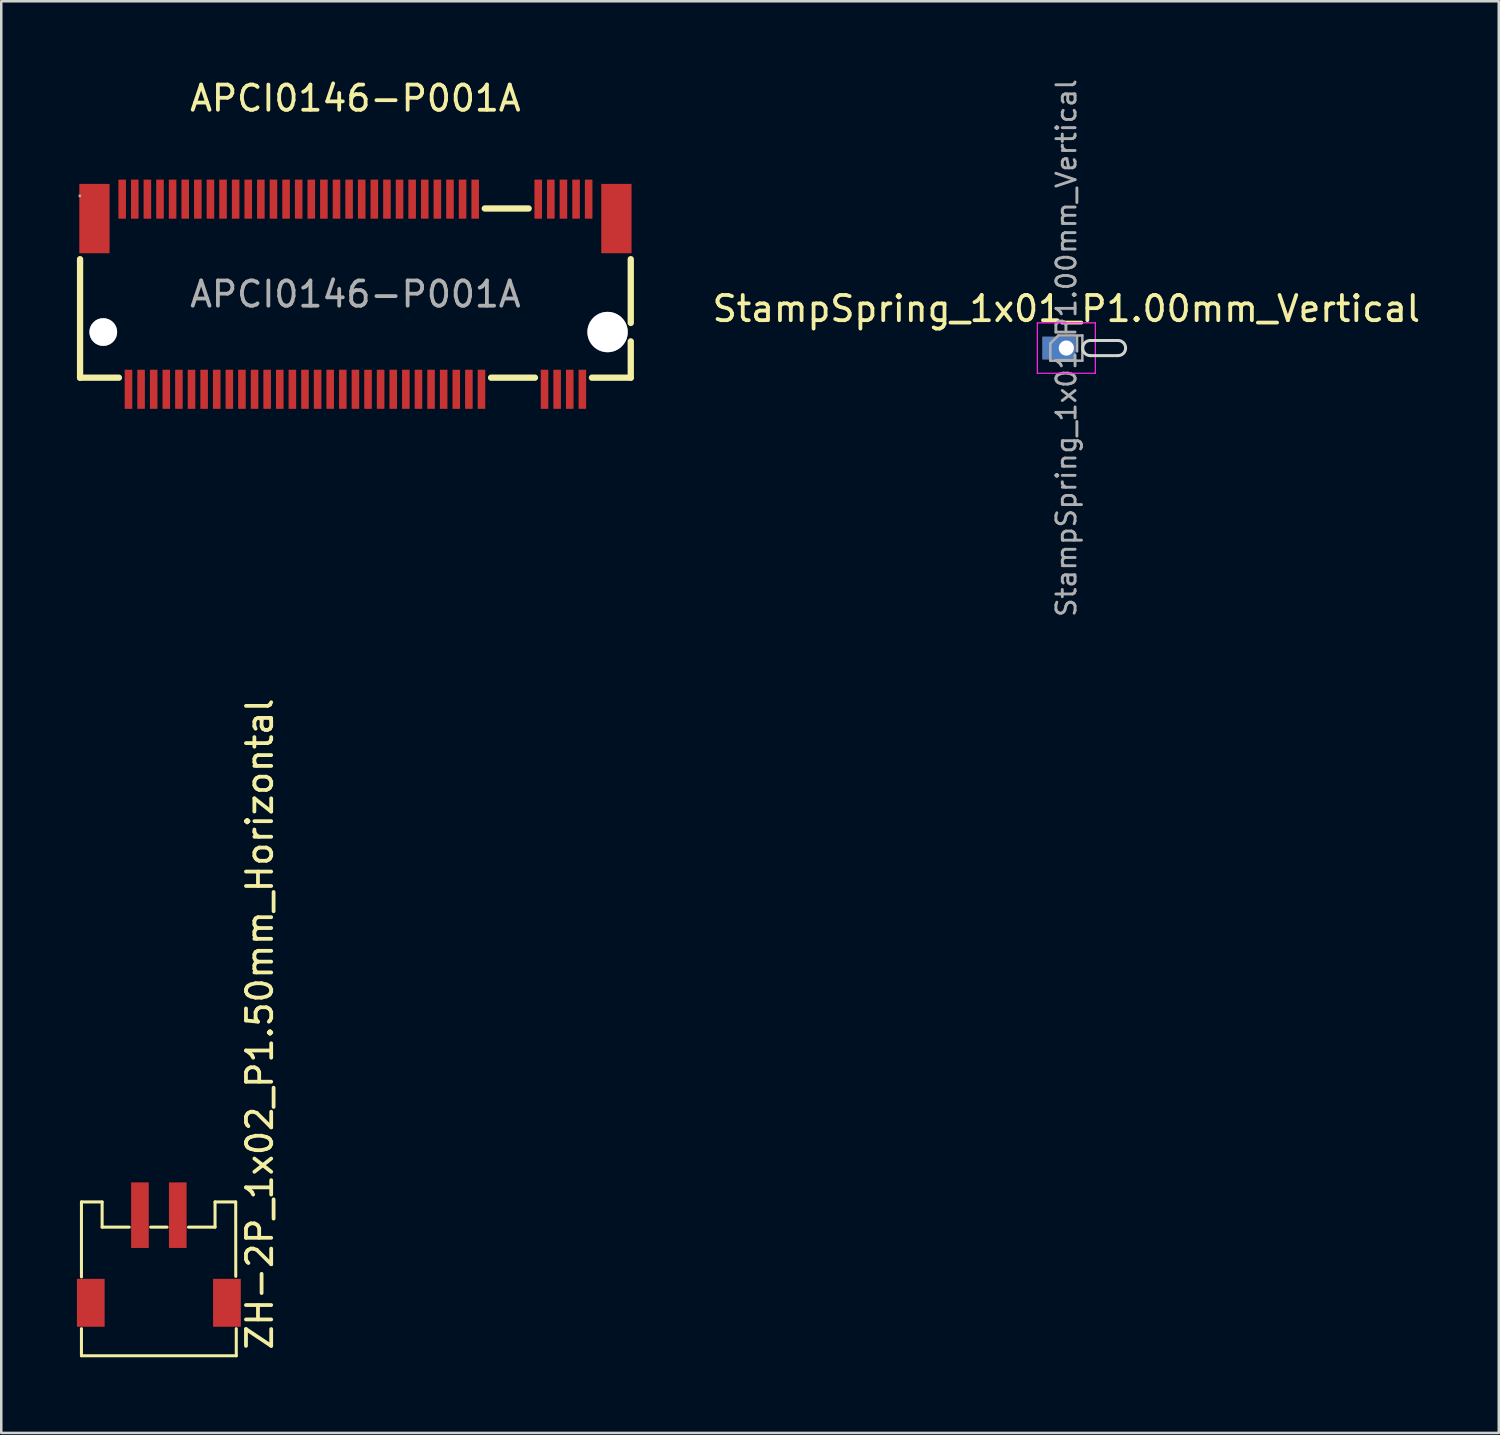
<source format=kicad_pcb>
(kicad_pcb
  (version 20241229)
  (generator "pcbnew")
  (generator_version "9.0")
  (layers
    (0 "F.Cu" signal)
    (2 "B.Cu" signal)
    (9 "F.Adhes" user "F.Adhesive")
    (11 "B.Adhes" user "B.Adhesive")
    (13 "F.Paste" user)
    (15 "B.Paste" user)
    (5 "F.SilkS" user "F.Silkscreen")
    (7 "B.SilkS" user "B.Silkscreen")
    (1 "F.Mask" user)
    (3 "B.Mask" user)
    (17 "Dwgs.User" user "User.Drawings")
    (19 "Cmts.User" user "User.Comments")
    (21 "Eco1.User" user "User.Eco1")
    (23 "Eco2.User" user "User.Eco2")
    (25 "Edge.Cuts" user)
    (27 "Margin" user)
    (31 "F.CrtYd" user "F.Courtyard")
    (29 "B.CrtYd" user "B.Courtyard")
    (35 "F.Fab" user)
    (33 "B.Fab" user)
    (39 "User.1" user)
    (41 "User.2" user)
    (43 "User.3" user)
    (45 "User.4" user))
  (footprint "APCI0146-P001A"
    (layer "F.Cu")
    (at 11.045 8.618)
    (property "Reference" "APCI0146-P001A" (at 0 -7.77 0) (layer "F.SilkS") (effects (font (size 1 1) (thickness 0.15))))
    (attr smd)
    (fp_line (start -10.92 3.31) (end -10.92 -1.39) (stroke (width 0.25) (type solid)) (layer "F.SilkS"))
    (fp_line (start -9.38 3.31) (end -10.92 3.31) (stroke (width 0.25) (type solid)) (layer "F.SilkS"))
    (fp_line (start 5.13 -3.4) (end 6.87 -3.4) (stroke (width 0.25) (type solid)) (layer "F.SilkS"))
    (fp_line (start 7.12 3.31) (end 5.38 3.31) (stroke (width 0.25) (type solid)) (layer "F.SilkS"))
    (fp_line (start 10.92 -1.39) (end 10.92 1.14) (stroke (width 0.25) (type solid)) (layer "F.SilkS"))
    (fp_line (start 10.92 1.87) (end 10.92 3.31) (stroke (width 0.25) (type solid)) (layer "F.SilkS"))
    (fp_line (start 10.92 3.31) (end 9.38 3.31) (stroke (width 0.25) (type solid)) (layer "F.SilkS"))
    (fp_circle (center -10.93 -3.9) (end -10.9 -3.9) (stroke (width 0.06) (type solid)) (fill no) (layer "F.Fab"))
    (fp_text user "${REFERENCE}" (at 0 0 0) (layer "F.Fab") (effects (font (size 1 1) (thickness 0.15))))
    (pad "" thru_hole circle (at -10 1.5) (size 1.1 1.1) (drill 1.1) (layers "*.Cu" "*.Mask"))
    (pad "" thru_hole circle (at 10 1.5) (size 1.6 1.6) (drill 1.6) (layers "*.Cu" "*.Mask"))
    (pad "1" smd rect (at -9.25 -3.77) (size 0.3 1.55) (layers "F.Cu" "F.Mask" "F.Paste"))
    (pad "2" smd rect (at -9 3.77) (size 0.3 1.55) (layers "F.Cu" "F.Mask" "F.Paste"))
    (pad "3" smd rect (at -8.75 -3.77) (size 0.3 1.55) (layers "F.Cu" "F.Mask" "F.Paste"))
    (pad "4" smd rect (at -8.5 3.77) (size 0.3 1.55) (layers "F.Cu" "F.Mask" "F.Paste"))
    (pad "5" smd rect (at -8.25 -3.77) (size 0.3 1.55) (layers "F.Cu" "F.Mask" "F.Paste"))
    (pad "6" smd rect (at -8 3.77) (size 0.3 1.55) (layers "F.Cu" "F.Mask" "F.Paste"))
    (pad "7" smd rect (at -7.75 -3.77) (size 0.3 1.55) (layers "F.Cu" "F.Mask" "F.Paste"))
    (pad "8" smd rect (at -7.5 3.77) (size 0.3 1.55) (layers "F.Cu" "F.Mask" "F.Paste"))
    (pad "9" smd rect (at -7.25 -3.77) (size 0.3 1.55) (layers "F.Cu" "F.Mask" "F.Paste"))
    (pad "10" smd rect (at -7 3.77) (size 0.3 1.55) (layers "F.Cu" "F.Mask" "F.Paste"))
    (pad "11" smd rect (at -6.75 -3.77) (size 0.3 1.55) (layers "F.Cu" "F.Mask" "F.Paste"))
    (pad "12" smd rect (at -6.5 3.77) (size 0.3 1.55) (layers "F.Cu" "F.Mask" "F.Paste"))
    (pad "13" smd rect (at -6.25 -3.77) (size 0.3 1.55) (layers "F.Cu" "F.Mask" "F.Paste"))
    (pad "14" smd rect (at -6 3.77) (size 0.3 1.55) (layers "F.Cu" "F.Mask" "F.Paste"))
    (pad "15" smd rect (at -5.75 -3.77) (size 0.3 1.55) (layers "F.Cu" "F.Mask" "F.Paste"))
    (pad "16" smd rect (at -5.5 3.77) (size 0.3 1.55) (layers "F.Cu" "F.Mask" "F.Paste"))
    (pad "17" smd rect (at -5.25 -3.77) (size 0.3 1.55) (layers "F.Cu" "F.Mask" "F.Paste"))
    (pad "18" smd rect (at -5 3.77) (size 0.3 1.55) (layers "F.Cu" "F.Mask" "F.Paste"))
    (pad "19" smd rect (at -4.75 -3.77) (size 0.3 1.55) (layers "F.Cu" "F.Mask" "F.Paste"))
    (pad "20" smd rect (at -4.5 3.77) (size 0.3 1.55) (layers "F.Cu" "F.Mask" "F.Paste"))
    (pad "21" smd rect (at -4.25 -3.77) (size 0.3 1.55) (layers "F.Cu" "F.Mask" "F.Paste"))
    (pad "22" smd rect (at -4 3.77) (size 0.3 1.55) (layers "F.Cu" "F.Mask" "F.Paste"))
    (pad "23" smd rect (at -3.75 -3.77) (size 0.3 1.55) (layers "F.Cu" "F.Mask" "F.Paste"))
    (pad "24" smd rect (at -3.5 3.77) (size 0.3 1.55) (layers "F.Cu" "F.Mask" "F.Paste"))
    (pad "25" smd rect (at -3.25 -3.77) (size 0.3 1.55) (layers "F.Cu" "F.Mask" "F.Paste"))
    (pad "26" smd rect (at -3 3.77) (size 0.3 1.55) (layers "F.Cu" "F.Mask" "F.Paste"))
    (pad "27" smd rect (at -2.75 -3.77) (size 0.3 1.55) (layers "F.Cu" "F.Mask" "F.Paste"))
    (pad "28" smd rect (at -2.5 3.77) (size 0.3 1.55) (layers "F.Cu" "F.Mask" "F.Paste"))
    (pad "29" smd rect (at -2.25 -3.77) (size 0.3 1.55) (layers "F.Cu" "F.Mask" "F.Paste"))
    (pad "30" smd rect (at -2 3.77) (size 0.3 1.55) (layers "F.Cu" "F.Mask" "F.Paste"))
    (pad "31" smd rect (at -1.75 -3.77) (size 0.3 1.55) (layers "F.Cu" "F.Mask" "F.Paste"))
    (pad "32" smd rect (at -1.5 3.77) (size 0.3 1.55) (layers "F.Cu" "F.Mask" "F.Paste"))
    (pad "33" smd rect (at -1.25 -3.77) (size 0.3 1.55) (layers "F.Cu" "F.Mask" "F.Paste"))
    (pad "34" smd rect (at -1 3.77) (size 0.3 1.55) (layers "F.Cu" "F.Mask" "F.Paste"))
    (pad "35" smd rect (at -0.75 -3.77) (size 0.3 1.55) (layers "F.Cu" "F.Mask" "F.Paste"))
    (pad "36" smd rect (at -0.5 3.77) (size 0.3 1.55) (layers "F.Cu" "F.Mask" "F.Paste"))
    (pad "37" smd rect (at -0.25 -3.77) (size 0.3 1.55) (layers "F.Cu" "F.Mask" "F.Paste"))
    (pad "38" smd rect (at 0 3.77) (size 0.3 1.55) (layers "F.Cu" "F.Mask" "F.Paste"))
    (pad "39" smd rect (at 0.25 -3.77) (size 0.3 1.55) (layers "F.Cu" "F.Mask" "F.Paste"))
    (pad "40" smd rect (at 0.5 3.77) (size 0.3 1.55) (layers "F.Cu" "F.Mask" "F.Paste"))
    (pad "41" smd rect (at 0.75 -3.77) (size 0.3 1.55) (layers "F.Cu" "F.Mask" "F.Paste"))
    (pad "42" smd rect (at 1 3.77) (size 0.3 1.55) (layers "F.Cu" "F.Mask" "F.Paste"))
    (pad "43" smd rect (at 1.25 -3.77) (size 0.3 1.55) (layers "F.Cu" "F.Mask" "F.Paste"))
    (pad "44" smd rect (at 1.5 3.77) (size 0.3 1.55) (layers "F.Cu" "F.Mask" "F.Paste"))
    (pad "45" smd rect (at 1.75 -3.77) (size 0.3 1.55) (layers "F.Cu" "F.Mask" "F.Paste"))
    (pad "46" smd rect (at 2 3.77) (size 0.3 1.55) (layers "F.Cu" "F.Mask" "F.Paste"))
    (pad "47" smd rect (at 2.25 -3.77) (size 0.3 1.55) (layers "F.Cu" "F.Mask" "F.Paste"))
    (pad "48" smd rect (at 2.5 3.77) (size 0.3 1.55) (layers "F.Cu" "F.Mask" "F.Paste"))
    (pad "49" smd rect (at 2.75 -3.77) (size 0.3 1.55) (layers "F.Cu" "F.Mask" "F.Paste"))
    (pad "50" smd rect (at 3 3.77) (size 0.3 1.55) (layers "F.Cu" "F.Mask" "F.Paste"))
    (pad "51" smd rect (at 3.25 -3.77) (size 0.3 1.55) (layers "F.Cu" "F.Mask" "F.Paste"))
    (pad "52" smd rect (at 3.5 3.77) (size 0.3 1.55) (layers "F.Cu" "F.Mask" "F.Paste"))
    (pad "53" smd rect (at 3.75 -3.77) (size 0.3 1.55) (layers "F.Cu" "F.Mask" "F.Paste"))
    (pad "54" smd rect (at 4 3.77) (size 0.3 1.55) (layers "F.Cu" "F.Mask" "F.Paste"))
    (pad "55" smd rect (at 4.25 -3.77) (size 0.3 1.55) (layers "F.Cu" "F.Mask" "F.Paste"))
    (pad "56" smd rect (at 4.5 3.77) (size 0.3 1.55) (layers "F.Cu" "F.Mask" "F.Paste"))
    (pad "57" smd rect (at 4.75 -3.77) (size 0.3 1.55) (layers "F.Cu" "F.Mask" "F.Paste"))
    (pad "58" smd rect (at 5 3.77) (size 0.3 1.55) (layers "F.Cu" "F.Mask" "F.Paste"))
    (pad "67" smd rect (at 7.25 -3.77) (size 0.3 1.55) (layers "F.Cu" "F.Mask" "F.Paste"))
    (pad "68" smd rect (at 7.5 3.77) (size 0.3 1.55) (layers "F.Cu" "F.Mask" "F.Paste"))
    (pad "69" smd rect (at 7.75 -3.77) (size 0.3 1.55) (layers "F.Cu" "F.Mask" "F.Paste"))
    (pad "70" smd rect (at 8 3.77) (size 0.3 1.55) (layers "F.Cu" "F.Mask" "F.Paste"))
    (pad "71" smd rect (at 8.25 -3.77) (size 0.3 1.55) (layers "F.Cu" "F.Mask" "F.Paste"))
    (pad "72" smd rect (at 8.5 3.77) (size 0.3 1.55) (layers "F.Cu" "F.Mask" "F.Paste"))
    (pad "73" smd rect (at 8.75 -3.77) (size 0.3 1.55) (layers "F.Cu" "F.Mask" "F.Paste"))
    (pad "74" smd rect (at 9 3.77) (size 0.3 1.55) (layers "F.Cu" "F.Mask" "F.Paste"))
    (pad "75" smd rect (at 9.25 -3.77) (size 0.3 1.55) (layers "F.Cu" "F.Mask" "F.Paste"))
    (pad "76" smd rect (at -10.35 -3) (size 1.2 2.75) (layers "F.Cu" "F.Mask" "F.Paste"))
    (pad "77" smd rect (at 10.35 -3) (size 1.2 2.75) (layers "F.Cu" "F.Mask" "F.Paste")))
  (footprint "ZH-2P_1x02_P1.50mm_Horizontal"
    (layer "F.Cu")
    (at 3.25 46.966)
    (property "Reference" "ZH-2P_1x02_P1.50mm_Horizontal" (at 4 3.6 90) (layer "F.SilkS") (effects (font (size 1 1) (thickness 0.15)) (justify left)))
    (attr smd)
    (fp_line (start -3.07 -2.35) (end -2.25 -2.35) (stroke (width 0.12) (type solid)) (layer "F.SilkS"))
    (fp_line (start -3.07 0.625) (end -3.07 -2.35) (stroke (width 0.12) (type solid)) (layer "F.SilkS"))
    (fp_line (start -3.07 3.75) (end -3.07 2.675) (stroke (width 0.12) (type solid)) (layer "F.SilkS"))
    (fp_line (start -2.25 -1.35) (end -2.25 -2.35) (stroke (width 0.12) (type solid)) (layer "F.SilkS"))
    (fp_line (start -2.25 -1.35) (end -1.175 -1.35) (stroke (width 0.12) (type solid)) (layer "F.SilkS"))
    (fp_line (start -0.325 -1.35) (end 0.325 -1.35) (stroke (width 0.12) (type solid)) (layer "F.SilkS"))
    (fp_line (start 1.175 -1.35) (end 2.228 -1.35) (stroke (width 0.12) (type solid)) (layer "F.SilkS"))
    (fp_line (start 2.228 -2.35) (end 3.048 -2.35) (stroke (width 0.12) (type solid)) (layer "F.SilkS"))
    (fp_line (start 2.228 -1.35) (end 2.228 -2.35) (stroke (width 0.12) (type solid)) (layer "F.SilkS"))
    (fp_line (start 3.048 -2.35) (end 3.05 0.6) (stroke (width 0.12) (type solid)) (layer "F.SilkS"))
    (fp_line (start 3.07 2.675) (end 3.07 3.75) (stroke (width 0.12) (type solid)) (layer "F.SilkS"))
    (fp_line (start 3.07 3.75) (end -3.07 3.75) (stroke (width 0.12) (type solid)) (layer "F.SilkS"))
    (pad "1" smd rect (at -0.75 -1.825) (size 0.7 2.6) (layers "F.Cu" "F.Mask" "F.Paste"))
    (pad "2" smd rect (at 0.75 -1.825) (size 0.7 2.6) (layers "F.Cu" "F.Mask" "F.Paste"))
    (pad "MP" smd rect (at -2.7 1.65) (size 1.1 1.9) (layers "F.Cu" "F.Mask" "F.Paste"))
    (pad "MP" smd rect (at 2.7 1.65) (size 1.1 1.9) (layers "F.Cu" "F.Mask" "F.Paste")))
  (footprint "StampSpring_1x01_P1.00mm_Vertical"
    (layer "F.Cu")
    (at 39.239 10.753)
    (property "Reference" "StampSpring_1x01_P1.00mm_Vertical" (at 0 -1.56 0) (layer "F.SilkS") (effects (font (size 1 1) (thickness 0.15))))
    (attr through_hole)
    (fp_line (start 0.95 0.3) (end 2.05 0.3) (stroke (width 0.12) (type solid)) (layer "Edge.Cuts"))
    (fp_line (start 2.05 -0.3) (end 0.95 -0.3) (stroke (width 0.12) (type solid)) (layer "Edge.Cuts"))
    (fp_arc (start 0.95 0.3) (mid 0.65 0) (end 0.95 -0.3) (stroke (width 0.12) (type solid)) (layer "Edge.Cuts"))
    (fp_arc (start 2.05 -0.3) (mid 2.35 0) (end 2.05 0.3) (stroke (width 0.12) (type solid)) (layer "Edge.Cuts"))
    (fp_line (start -1.15 -1) (end -1.15 1) (stroke (width 0.05) (type solid)) (layer "F.CrtYd"))
    (fp_line (start -1.15 1) (end 1.15 1) (stroke (width 0.05) (type solid)) (layer "F.CrtYd"))
    (fp_line (start 1.15 -1) (end -1.15 -1) (stroke (width 0.05) (type solid)) (layer "F.CrtYd"))
    (fp_line (start 1.15 1) (end 1.15 -1) (stroke (width 0.05) (type solid)) (layer "F.CrtYd"))
    (fp_line (start -0.635 -0.182) (end -0.318 -0.5) (stroke (width 0.1) (type solid)) (layer "F.Fab"))
    (fp_line (start -0.635 0.5) (end -0.635 -0.182) (stroke (width 0.1) (type solid)) (layer "F.Fab"))
    (fp_line (start -0.318 -0.5) (end 0.635 -0.5) (stroke (width 0.1) (type solid)) (layer "F.Fab"))
    (fp_line (start 0.635 -0.5) (end 0.635 0.5) (stroke (width 0.1) (type solid)) (layer "F.Fab"))
    (fp_line (start 0.635 0.5) (end -0.635 0.5) (stroke (width 0.1) (type solid)) (layer "F.Fab"))
    (fp_text user "${REFERENCE}" (at 0 0 90) (layer "F.Fab") (effects (font (size 0.76 0.76) (thickness 0.114))))
    (pad "1" thru_hole rect (at 0 0) (size 1.3 0.9) (drill 0.6 (offset -0.3 0)) (layers "*.Cu" "*.Mask")))
  (gr_rect
    (start -3 -3)
    (end 56.388 53.776)
    (stroke (width 0.1) (type default))
    (fill no)
    (layer "Edge.Cuts")))
</source>
